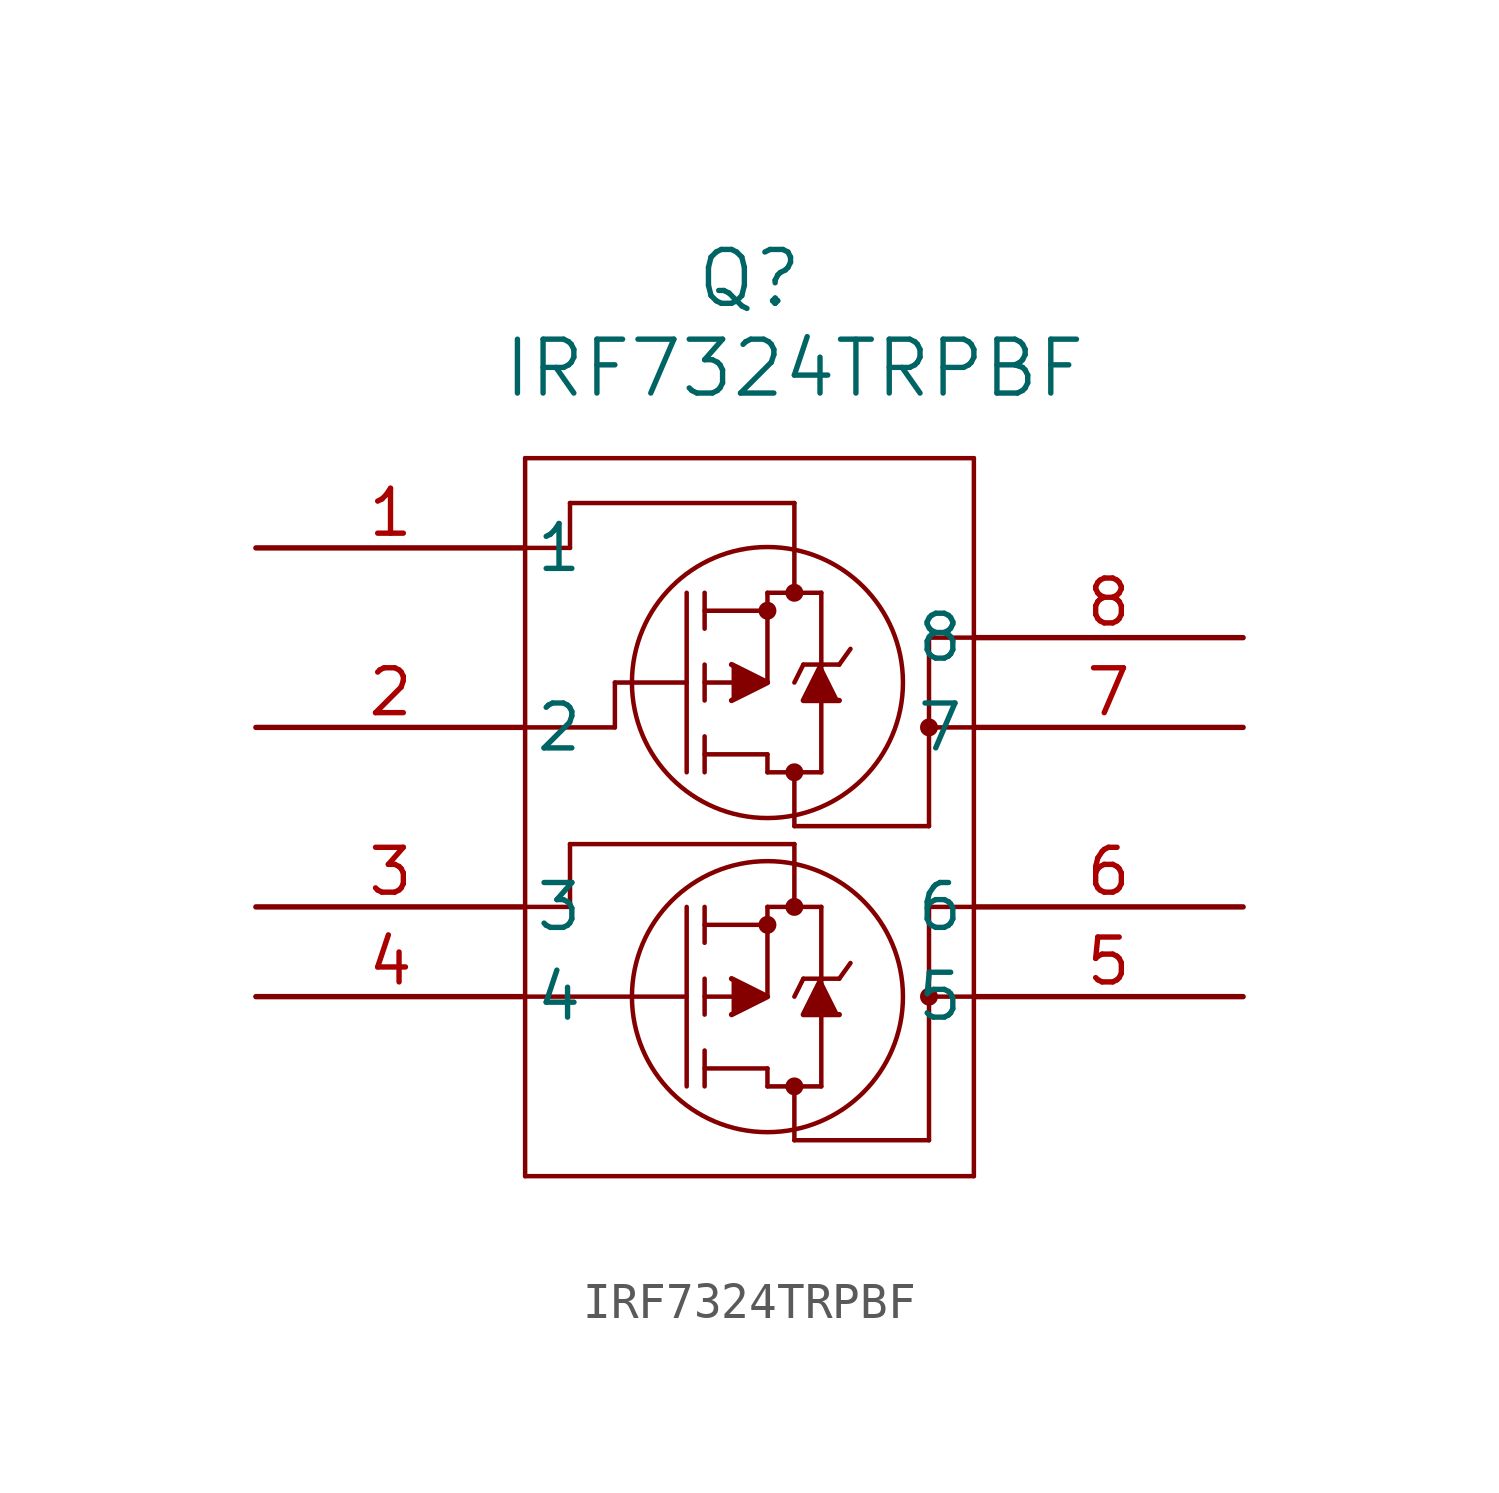
<source format=kicad_sym>
(kicad_symbol_lib
  (version 20211014)
  (generator kicad_symbol_editor)
  (symbol "IRF7324TRPBF"
    (pin_names
      (offset 0.254))
    (property "Reference" "Q"
      (at 13.97 7.62 0)
      (effects (font (size 1.524 1.524))))
    (property "Value" "IRF7324TRPBF"
      (at 15.24 5.08 0)
      (effects (font (size 1.524 1.524))))
    (symbol "IRF7324TRPBF_0_1"
      (polyline (pts (xy 7.62 -17.78) (xy 20.32 -17.78)) (stroke (width 0.127) (type default) (color 0 0 0 0)) (fill (type none)))
      (polyline (pts (xy 20.32 2.54) (xy 7.62 2.54)) (stroke (width 0.127) (type default) (color 0 0 0 0)) (fill (type none)))
      (circle (center 15.24 -6.35) (radius 0.127) (stroke (width 0.254) (type default) (color 0 0 0 0)) (fill (type none)))
      (circle (center 15.24 -1.27) (radius 0.127) (stroke (width 0.254) (type default) (color 0 0 0 0)) (fill (type none)))
      (circle (center 14.478 -1.778) (radius 0.127) (stroke (width 0.254) (type default) (color 0 0 0 0)) (fill (type none)))
      (polyline (pts (xy 12.192 -3.81) (xy 10.16 -3.81)) (stroke (width 0.127) (type default) (color 0 0 0 0)) (fill (type none)))
      (polyline (pts (xy 12.192 -1.27) (xy 12.192 -6.35)) (stroke (width 0.127) (type default) (color 0 0 0 0)) (fill (type none)))
      (polyline (pts (xy 12.7 -3.302) (xy 12.7 -4.318)) (stroke (width 0.127) (type default) (color 0 0 0 0)) (fill (type none)))
      (polyline (pts (xy 12.7 -1.27) (xy 12.7 -2.286)) (stroke (width 0.127) (type default) (color 0 0 0 0)) (fill (type none)))
      (polyline (pts (xy 12.7 -5.334) (xy 12.7 -6.35)) (stroke (width 0.127) (type default) (color 0 0 0 0)) (fill (type none)))
      (polyline (pts (xy 12.7 -3.81) (xy 14.478 -3.81)) (stroke (width 0.127) (type default) (color 0 0 0 0)) (fill (type none)))
      (polyline (pts (xy 12.7 -1.778) (xy 14.478 -1.778)) (stroke (width 0.127) (type default) (color 0 0 0 0)) (fill (type none)))
      (polyline (pts (xy 14.478 -1.27) (xy 14.478 -3.81)) (stroke (width 0.127) (type default) (color 0 0 0 0)) (fill (type none)))
      (polyline (pts (xy 14.478 -1.27) (xy 16.002 -1.27)) (stroke (width 0.127) (type default) (color 0 0 0 0)) (fill (type none)))
      (polyline (pts (xy 12.7 -5.842) (xy 14.478 -5.842)) (stroke (width 0.127) (type default) (color 0 0 0 0)) (fill (type none)))
      (polyline (pts (xy 16.002 -1.27) (xy 16.002 -6.35)) (stroke (width 0.127) (type default) (color 0 0 0 0)) (fill (type none)))
      (polyline (pts (xy 16.51 -3.302) (xy 15.494 -3.302)) (stroke (width 0.127) (type default) (color 0 0 0 0)) (fill (type none)))
      (polyline (pts (xy 14.478 -6.35) (xy 16.002 -6.35)) (stroke (width 0.127) (type default) (color 0 0 0 0)) (fill (type none)))
      (polyline (pts (xy 14.478 -5.842) (xy 14.478 -6.35)) (stroke (width 0.127) (type default) (color 0 0 0 0)) (fill (type none)))
      (polyline (pts (xy 15.24 -7.874) (xy 15.24 -6.35)) (stroke (width 0.127) (type default) (color 0 0 0 0)) (fill (type none)))
      (polyline (pts (xy 15.24 -7.874) (xy 19.05 -7.874)) (stroke (width 0.127) (type default) (color 0 0 0 0)) (fill (type none)))
      (polyline (pts (xy 20.32 -17.78) (xy 20.32 2.54)) (stroke (width 0.127) (type default) (color 0 0 0 0)) (fill (type none)))
      (polyline (pts (xy 19.05 -7.874) (xy 19.05 -2.54)) (stroke (width 0.127) (type default) (color 0 0 0 0)) (fill (type none)))
      (polyline (pts (xy 19.05 -2.54) (xy 20.32 -2.54)) (stroke (width 0.127) (type default) (color 0 0 0 0)) (fill (type none)))
      (circle (center 14.478 -12.7) (radius 3.835) (stroke (width 0.127) (type default) (color 0 0 0 0)) (fill (type none)))
      (circle (center 14.478 -3.81) (radius 3.835) (stroke (width 0.127) (type default) (color 0 0 0 0)) (fill (type none)))
      (polyline (pts (xy 15.24 -1.27) (xy 15.24 1.27)) (stroke (width 0.127) (type default) (color 0 0 0 0)) (fill (type none)))
      (polyline (pts (xy 15.24 -10.16) (xy 15.24 -8.382)) (stroke (width 0.127) (type default) (color 0 0 0 0)) (fill (type none)))
      (polyline (pts (xy 8.89 1.27) (xy 15.24 1.27)) (stroke (width 0.127) (type default) (color 0 0 0 0)) (fill (type none)))
      (polyline (pts (xy 7.62 2.54) (xy 7.62 -17.78)) (stroke (width 0.127) (type default) (color 0 0 0 0)) (fill (type none)))
      (polyline (pts (xy 15.24 -16.764) (xy 15.24 -15.24)) (stroke (width 0.127) (type default) (color 0 0 0 0)) (fill (type none)))
      (polyline (pts (xy 8.89 -8.382) (xy 15.24 -8.382)) (stroke (width 0.127) (type default) (color 0 0 0 0)) (fill (type none)))
      (polyline (pts (xy 8.89 0) (xy 8.89 1.27)) (stroke (width 0.127) (type default) (color 0 0 0 0)) (fill (type none)))
      (polyline (pts (xy 15.24 -16.764) (xy 19.05 -16.764)) (stroke (width 0.127) (type default) (color 0 0 0 0)) (fill (type none)))
      (polyline (pts (xy 19.05 -5.08) (xy 20.32 -5.08)) (stroke (width 0.127) (type default) (color 0 0 0 0)) (fill (type none)))
      (polyline (pts (xy 8.89 -10.16) (xy 8.89 -8.382)) (stroke (width 0.127) (type default) (color 0 0 0 0)) (fill (type none)))
      (polyline (pts (xy 19.05 -16.764) (xy 19.05 -10.16)) (stroke (width 0.127) (type default) (color 0 0 0 0)) (fill (type none)))
      (circle (center 15.24 -15.24) (radius 0.127) (stroke (width 0.254) (type default) (color 0 0 0 0)) (fill (type none)))
      (circle (center 15.24 -10.16) (radius 0.127) (stroke (width 0.254) (type default) (color 0 0 0 0)) (fill (type none)))
      (circle (center 14.478 -10.668) (radius 0.127) (stroke (width 0.254) (type default) (color 0 0 0 0)) (fill (type none)))
      (polyline (pts (xy 12.192 -10.16) (xy 12.192 -15.24)) (stroke (width 0.127) (type default) (color 0 0 0 0)) (fill (type none)))
      (polyline (pts (xy 12.7 -12.192) (xy 12.7 -13.208)) (stroke (width 0.127) (type default) (color 0 0 0 0)) (fill (type none)))
      (polyline (pts (xy 8.89 0) (xy 7.62 0)) (stroke (width 0.127) (type default) (color 0 0 0 0)) (fill (type none)))
      (polyline (pts (xy 12.7 -10.16) (xy 12.7 -11.176)) (stroke (width 0.127) (type default) (color 0 0 0 0)) (fill (type none)))
      (polyline (pts (xy 12.7 -14.224) (xy 12.7 -15.24)) (stroke (width 0.127) (type default) (color 0 0 0 0)) (fill (type none)))
      (polyline (pts (xy 12.7 -12.7) (xy 14.478 -12.7)) (stroke (width 0.127) (type default) (color 0 0 0 0)) (fill (type none)))
      (polyline (pts (xy 12.7 -10.668) (xy 14.478 -10.668)) (stroke (width 0.127) (type default) (color 0 0 0 0)) (fill (type none)))
      (polyline (pts (xy 14.478 -10.16) (xy 14.478 -12.7)) (stroke (width 0.127) (type default) (color 0 0 0 0)) (fill (type none)))
      (polyline (pts (xy 7.62 -5.08) (xy 10.16 -5.08)) (stroke (width 0.127) (type default) (color 0 0 0 0)) (fill (type none)))
      (polyline (pts (xy 14.478 -10.16) (xy 16.002 -10.16)) (stroke (width 0.127) (type default) (color 0 0 0 0)) (fill (type none)))
      (polyline (pts (xy 12.7 -14.732) (xy 14.478 -14.732)) (stroke (width 0.127) (type default) (color 0 0 0 0)) (fill (type none)))
      (polyline (pts (xy 16.002 -10.16) (xy 16.002 -15.24)) (stroke (width 0.127) (type default) (color 0 0 0 0)) (fill (type none)))
      (polyline (pts (xy 16.51 -12.192) (xy 15.494 -12.192)) (stroke (width 0.127) (type default) (color 0 0 0 0)) (fill (type none)))
      (polyline (pts (xy 14.478 -15.24) (xy 16.002 -15.24)) (stroke (width 0.127) (type default) (color 0 0 0 0)) (fill (type none)))
      (polyline (pts (xy 14.478 -14.732) (xy 14.478 -15.24)) (stroke (width 0.127) (type default) (color 0 0 0 0)) (fill (type none)))
      (circle (center 19.05 -5.08) (radius 0.127) (stroke (width 0.254) (type default) (color 0 0 0 0)) (fill (type none)))
      (polyline (pts (xy 19.05 -10.16) (xy 20.32 -10.16)) (stroke (width 0.127) (type default) (color 0 0 0 0)) (fill (type none)))
      (polyline (pts (xy 19.05 -12.7) (xy 20.32 -12.7)) (stroke (width 0.127) (type default) (color 0 0 0 0)) (fill (type none)))
      (circle (center 19.05 -12.7) (radius 0.127) (stroke (width 0.254) (type default) (color 0 0 0 0)) (fill (type none)))
      (polyline (pts (xy 7.62 -12.7) (xy 12.192 -12.7)) (stroke (width 0.127) (type default) (color 0 0 0 0)) (fill (type none)))
      (polyline (pts (xy 10.16 -3.81) (xy 10.16 -5.08)) (stroke (width 0.127) (type default) (color 0 0 0 0)) (fill (type none)))
      (polyline (pts (xy 8.89 -10.16) (xy 7.62 -10.16)) (stroke (width 0.127) (type default) (color 0 0 0 0)) (fill (type none)))
      (polyline (pts (xy 13.462 -4.318) (xy 14.478 -3.81) (xy 13.462 -3.302)) (stroke (width 0) (type default) (color 0 0 0 0)) (fill (type outline)))
      (polyline (pts (xy 13.462 -13.208) (xy 14.478 -12.7) (xy 13.462 -12.192)) (stroke (width 0) (type default) (color 0 0 0 0)) (fill (type outline)))
      (polyline (pts (xy 16.51 -4.318) (xy 15.494 -4.318) (xy 16.002 -3.302)) (stroke (width 0) (type default) (color 0 0 0 0)) (fill (type outline)))
      (polyline (pts (xy 16.51 -13.208) (xy 15.494 -13.208) (xy 16.002 -12.192)) (stroke (width 0) (type default) (color 0 0 0 0)) (fill (type outline)))
      (polyline (pts (xy 16.51 -3.302) (xy 16.828 -2.857)) (stroke (width 0.127) (type default) (color 0 0 0 0)) (fill (type none)))
      (polyline (pts (xy 15.494 -3.302) (xy 15.24 -3.81)) (stroke (width 0.127) (type default) (color 0 0 0 0)) (fill (type none)))
      (polyline (pts (xy 15.494 -12.192) (xy 15.24 -12.7)) (stroke (width 0.127) (type default) (color 0 0 0 0)) (fill (type none)))
      (polyline (pts (xy 16.51 -12.192) (xy 16.828 -11.748)) (stroke (width 0.127) (type default) (color 0 0 0 0)) (fill (type none)))
      (pin unspecified line (at 0 0 0) (length 7.62) (name "1" (effects (font (size 1.27 1.27)))) (number "1" (effects (font (size 1.27 1.27)))))
      (pin unspecified line (at 0 -5.08 0) (length 7.62) (name "2" (effects (font (size 1.27 1.27)))) (number "2" (effects (font (size 1.27 1.27)))))
      (pin unspecified line (at 0 -10.16 0) (length 7.62) (name "3" (effects (font (size 1.27 1.27)))) (number "3" (effects (font (size 1.27 1.27)))))
      (pin unspecified line (at 0 -12.7 0) (length 7.62) (name "4" (effects (font (size 1.27 1.27)))) (number "4" (effects (font (size 1.27 1.27)))))
      (pin unspecified line (at 27.94 -12.7 180) (length 7.62) (name "5" (effects (font (size 1.27 1.27)))) (number "5" (effects (font (size 1.27 1.27)))))
      (pin unspecified line (at 27.94 -10.16 180) (length 7.62) (name "6" (effects (font (size 1.27 1.27)))) (number "6" (effects (font (size 1.27 1.27)))))
      (pin unspecified line (at 27.94 -5.08 180) (length 7.62) (name "7" (effects (font (size 1.27 1.27)))) (number "7" (effects (font (size 1.27 1.27)))))
      (pin unspecified line (at 27.94 -2.54 180) (length 7.62) (name "8" (effects (font (size 1.27 1.27)))) (number "8" (effects (font (size 1.27 1.27))))))))
</source>
